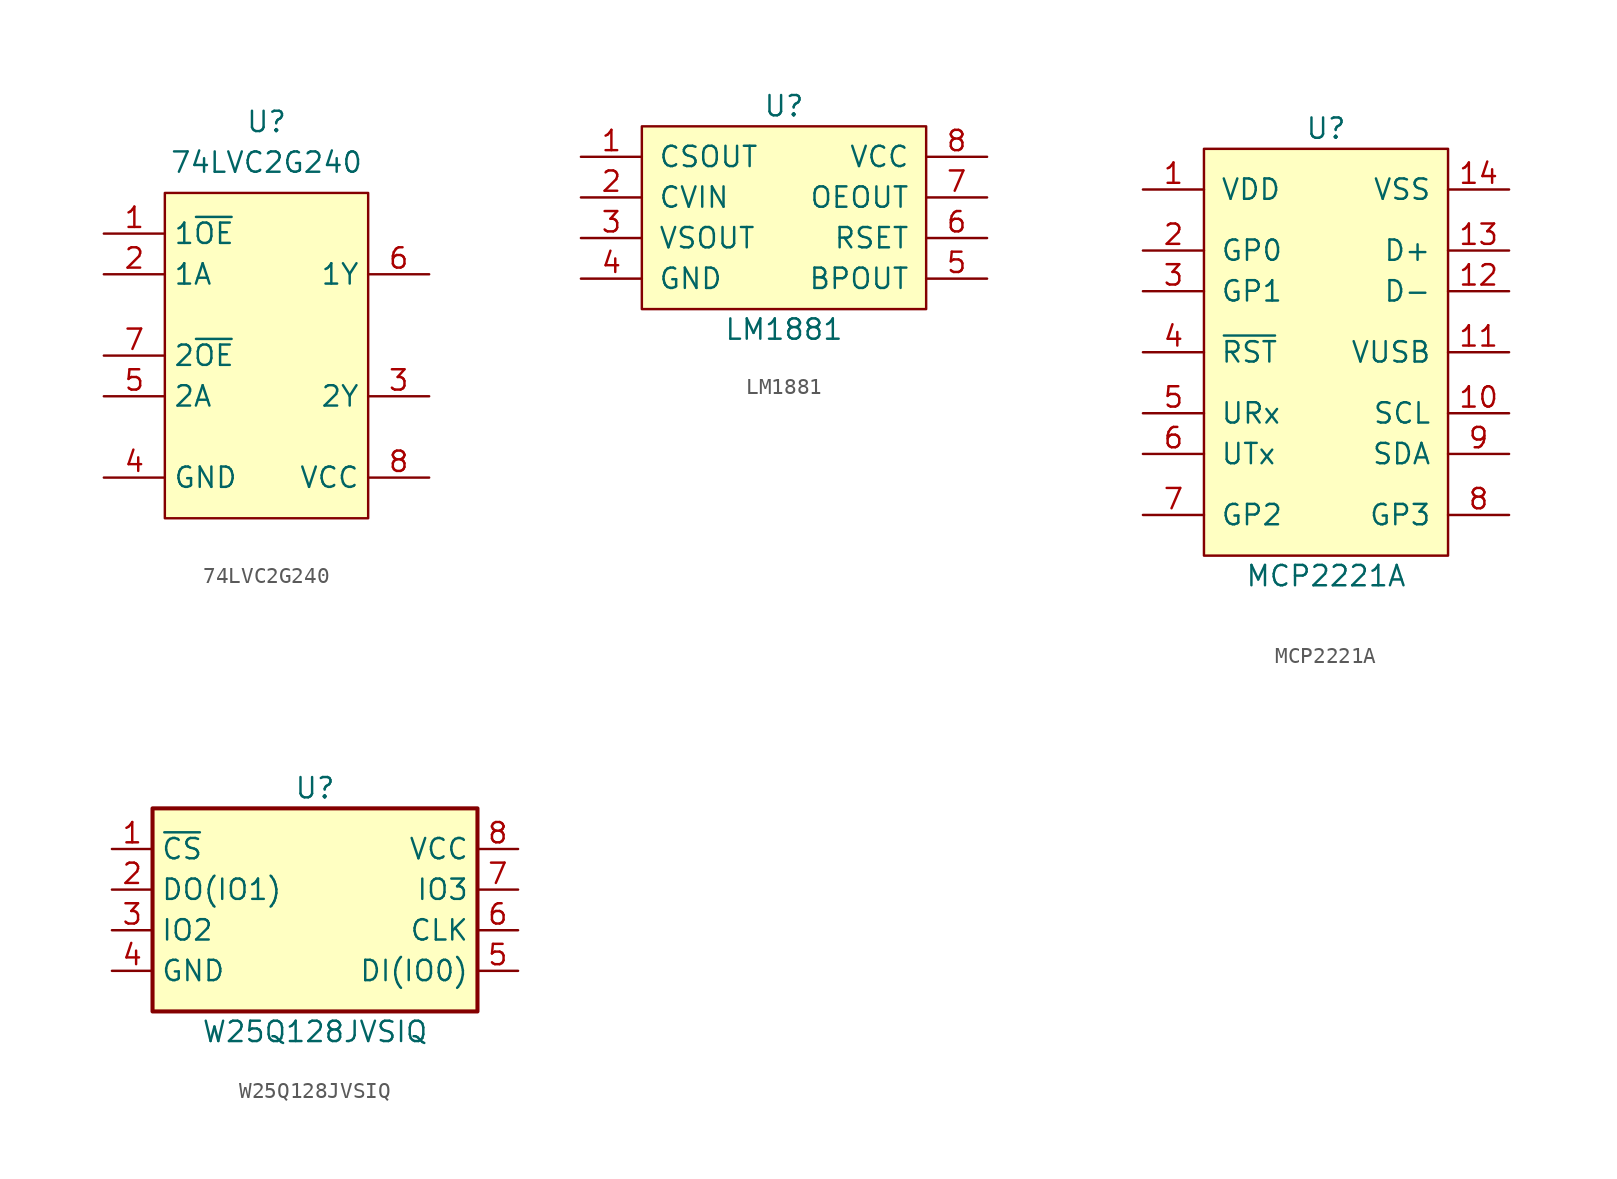
<source format=kicad_sym>
(kicad_symbol_lib
  (version 20220914)
  (generator kicad_symbol_editor)
  (symbol "74LVC2G240"
    (property "Reference" "U"
      (at 0 16.51 0)
      (effects (font (size 1.27 1.27))))
    (property "Value" "74LVC2G240"
      (at 0 13.97 0)
      (effects (font (size 1.27 1.27))))
    (symbol "74LVC2G240_0_1"
      (rectangle (start -6.35 12.065) (end 6.35 -8.255) (stroke (width 0.152) (type default)) (fill (type background))))
    (symbol "74LVC2G240_1_1"
      (pin input line (at -10.16 9.525 0) (length 3.81) (name "1~{OE}" (effects (font (size 1.27 1.27)))) (number "1" (effects (font (size 1.27 1.27)))))
      (pin input line (at -10.16 6.985 0) (length 3.81) (name "1A" (effects (font (size 1.27 1.27)))) (number "2" (effects (font (size 1.27 1.27)))))
      (pin tri_state line (at 10.16 -0.635 180) (length 3.81) (name "2Y" (effects (font (size 1.27 1.27)))) (number "3" (effects (font (size 1.27 1.27)))))
      (pin power_in line (at -10.16 -5.715 0) (length 3.81) (name "GND" (effects (font (size 1.27 1.27)))) (number "4" (effects (font (size 1.27 1.27)))))
      (pin input line (at -10.16 -0.635 0) (length 3.81) (name "2A" (effects (font (size 1.27 1.27)))) (number "5" (effects (font (size 1.27 1.27)))))
      (pin output line (at 10.16 6.985 180) (length 3.81) (name "1Y" (effects (font (size 1.27 1.27)))) (number "6" (effects (font (size 1.27 1.27)))))
      (pin input line (at -10.16 1.905 0) (length 3.81) (name "2~{OE}" (effects (font (size 1.27 1.27)))) (number "7" (effects (font (size 1.27 1.27)))))
      (pin power_in line (at 10.16 -5.715 180) (length 3.81) (name "VCC" (effects (font (size 1.27 1.27)))) (number "8" (effects (font (size 1.27 1.27)))))))
  (symbol "LM1881"
    (pin_names
      (offset 1.016))
    (property "Reference" "U"
      (at 0 7.62 0)
      (effects (font (size 1.27 1.27))))
    (property "Value" "LM1881"
      (at 0 -6.35 0)
      (effects (font (size 1.27 1.27))))
    (symbol "LM1881_0_1"
      (rectangle (start -8.89 6.35) (end 8.89 -5.08) (stroke (width 0) (type default)) (fill (type background))))
    (symbol "LM1881_1_1"
      (pin output line (at -12.7 4.445 0) (length 3.81) (name "CSOUT" (effects (font (size 1.27 1.27)))) (number "1" (effects (font (size 1.27 1.27)))))
      (pin input line (at -12.7 1.905 0) (length 3.81) (name "CVIN" (effects (font (size 1.27 1.27)))) (number "2" (effects (font (size 1.27 1.27)))))
      (pin output line (at -12.7 -0.635 0) (length 3.81) (name "VSOUT" (effects (font (size 1.27 1.27)))) (number "3" (effects (font (size 1.27 1.27)))))
      (pin power_in line (at -12.7 -3.175 0) (length 3.81) (name "GND" (effects (font (size 1.27 1.27)))) (number "4" (effects (font (size 1.27 1.27)))))
      (pin output line (at 12.7 -3.175 180) (length 3.81) (name "BPOUT" (effects (font (size 1.27 1.27)))) (number "5" (effects (font (size 1.27 1.27)))))
      (pin input line (at 12.7 -0.635 180) (length 3.81) (name "RSET" (effects (font (size 1.27 1.27)))) (number "6" (effects (font (size 1.27 1.27)))))
      (pin output line (at 12.7 1.905 180) (length 3.81) (name "OEOUT" (effects (font (size 1.27 1.27)))) (number "7" (effects (font (size 1.27 1.27)))))
      (pin power_in line (at 12.7 4.445 180) (length 3.81) (name "VCC" (effects (font (size 1.27 1.27)))) (number "8" (effects (font (size 1.27 1.27)))))))
  (symbol "MCP2221A"
    (pin_names
      (offset 1.016))
    (property "Reference" "U"
      (at 0 13.97 0)
      (effects (font (size 1.27 1.27))))
    (property "Value" "MCP2221A"
      (at 0 -13.97 0)
      (effects (font (size 1.27 1.27))))
    (symbol "MCP2221A_0_0"
      (pin power_in line (at -11.43 10.16 0) (length 3.81) (name "VDD" (effects (font (size 1.27 1.27)))) (number "1" (effects (font (size 1.27 1.27)))))
      (pin bidirectional line (at 11.43 -3.81 180) (length 3.81) (name "SCL" (effects (font (size 1.27 1.27)))) (number "10" (effects (font (size 1.27 1.27)))))
      (pin power_out line (at 11.43 0 180) (length 3.81) (name "VUSB" (effects (font (size 1.27 1.27)))) (number "11" (effects (font (size 1.27 1.27)))))
      (pin bidirectional line (at 11.43 3.81 180) (length 3.81) (name "D-" (effects (font (size 1.27 1.27)))) (number "12" (effects (font (size 1.27 1.27)))))
      (pin bidirectional line (at 11.43 6.35 180) (length 3.81) (name "D+" (effects (font (size 1.27 1.27)))) (number "13" (effects (font (size 1.27 1.27)))))
      (pin power_in line (at 11.43 10.16 180) (length 3.81) (name "VSS" (effects (font (size 1.27 1.27)))) (number "14" (effects (font (size 1.27 1.27)))))
      (pin bidirectional line (at -11.43 6.35 0) (length 3.81) (name "GP0" (effects (font (size 1.27 1.27)))) (number "2" (effects (font (size 1.27 1.27)))))
      (pin bidirectional line (at -11.43 3.81 0) (length 3.81) (name "GP1" (effects (font (size 1.27 1.27)))) (number "3" (effects (font (size 1.27 1.27)))))
      (pin input line (at -11.43 0 0) (length 3.81) (name "~{RST}" (effects (font (size 1.27 1.27)))) (number "4" (effects (font (size 1.27 1.27)))))
      (pin input line (at -11.43 -3.81 0) (length 3.81) (name "URx" (effects (font (size 1.27 1.27)))) (number "5" (effects (font (size 1.27 1.27)))))
      (pin output line (at -11.43 -6.35 0) (length 3.81) (name "UTx" (effects (font (size 1.27 1.27)))) (number "6" (effects (font (size 1.27 1.27)))))
      (pin bidirectional line (at -11.43 -10.16 0) (length 3.81) (name "GP2" (effects (font (size 1.27 1.27)))) (number "7" (effects (font (size 1.27 1.27)))))
      (pin bidirectional line (at 11.43 -10.16 180) (length 3.81) (name "GP3" (effects (font (size 1.27 1.27)))) (number "8" (effects (font (size 1.27 1.27)))))
      (pin bidirectional line (at 11.43 -6.35 180) (length 3.81) (name "SDA" (effects (font (size 1.27 1.27)))) (number "9" (effects (font (size 1.27 1.27))))))
    (symbol "MCP2221A_0_1"
      (rectangle (start -7.62 12.7) (end 7.62 -12.7) (stroke (width 0) (type default)) (fill (type background)))))
  (symbol "W25Q128JVSIQ"
    (property "Reference" "U"
      (at 0 7.62 0)
      (effects (font (size 1.27 1.27))))
    (property "Value" "W25Q128JVSIQ"
      (at 0 -7.62 0)
      (effects (font (size 1.27 1.27))))
    (symbol "W25Q128JVSIQ_0_1"
      (rectangle (start -10.16 6.35) (end 10.16 -6.35) (stroke (width 0.254) (type default)) (fill (type background))))
    (symbol "W25Q128JVSIQ_1_1"
      (pin input line (at -12.7 3.81 0) (length 2.54) (name "~{CS}" (effects (font (size 1.27 1.27)))) (number "1" (effects (font (size 1.27 1.27)))))
      (pin bidirectional line (at -12.7 1.27 0) (length 2.54) (name "DO(IO1)" (effects (font (size 1.27 1.27)))) (number "2" (effects (font (size 1.27 1.27)))))
      (pin bidirectional line (at -12.7 -1.27 0) (length 2.54) (name "IO2" (effects (font (size 1.27 1.27)))) (number "3" (effects (font (size 1.27 1.27)))))
      (pin power_in line (at -12.7 -3.81 0) (length 2.54) (name "GND" (effects (font (size 1.27 1.27)))) (number "4" (effects (font (size 1.27 1.27)))))
      (pin bidirectional line (at 12.7 -3.81 180) (length 2.54) (name "DI(IO0)" (effects (font (size 1.27 1.27)))) (number "5" (effects (font (size 1.27 1.27)))))
      (pin input line (at 12.7 -1.27 180) (length 2.54) (name "CLK" (effects (font (size 1.27 1.27)))) (number "6" (effects (font (size 1.27 1.27)))))
      (pin bidirectional line (at 12.7 1.27 180) (length 2.54) (name "IO3" (effects (font (size 1.27 1.27)))) (number "7" (effects (font (size 1.27 1.27)))))
      (pin power_in line (at 12.7 3.81 180) (length 2.54) (name "VCC" (effects (font (size 1.27 1.27)))) (number "8" (effects (font (size 1.27 1.27))))))))
</source>
